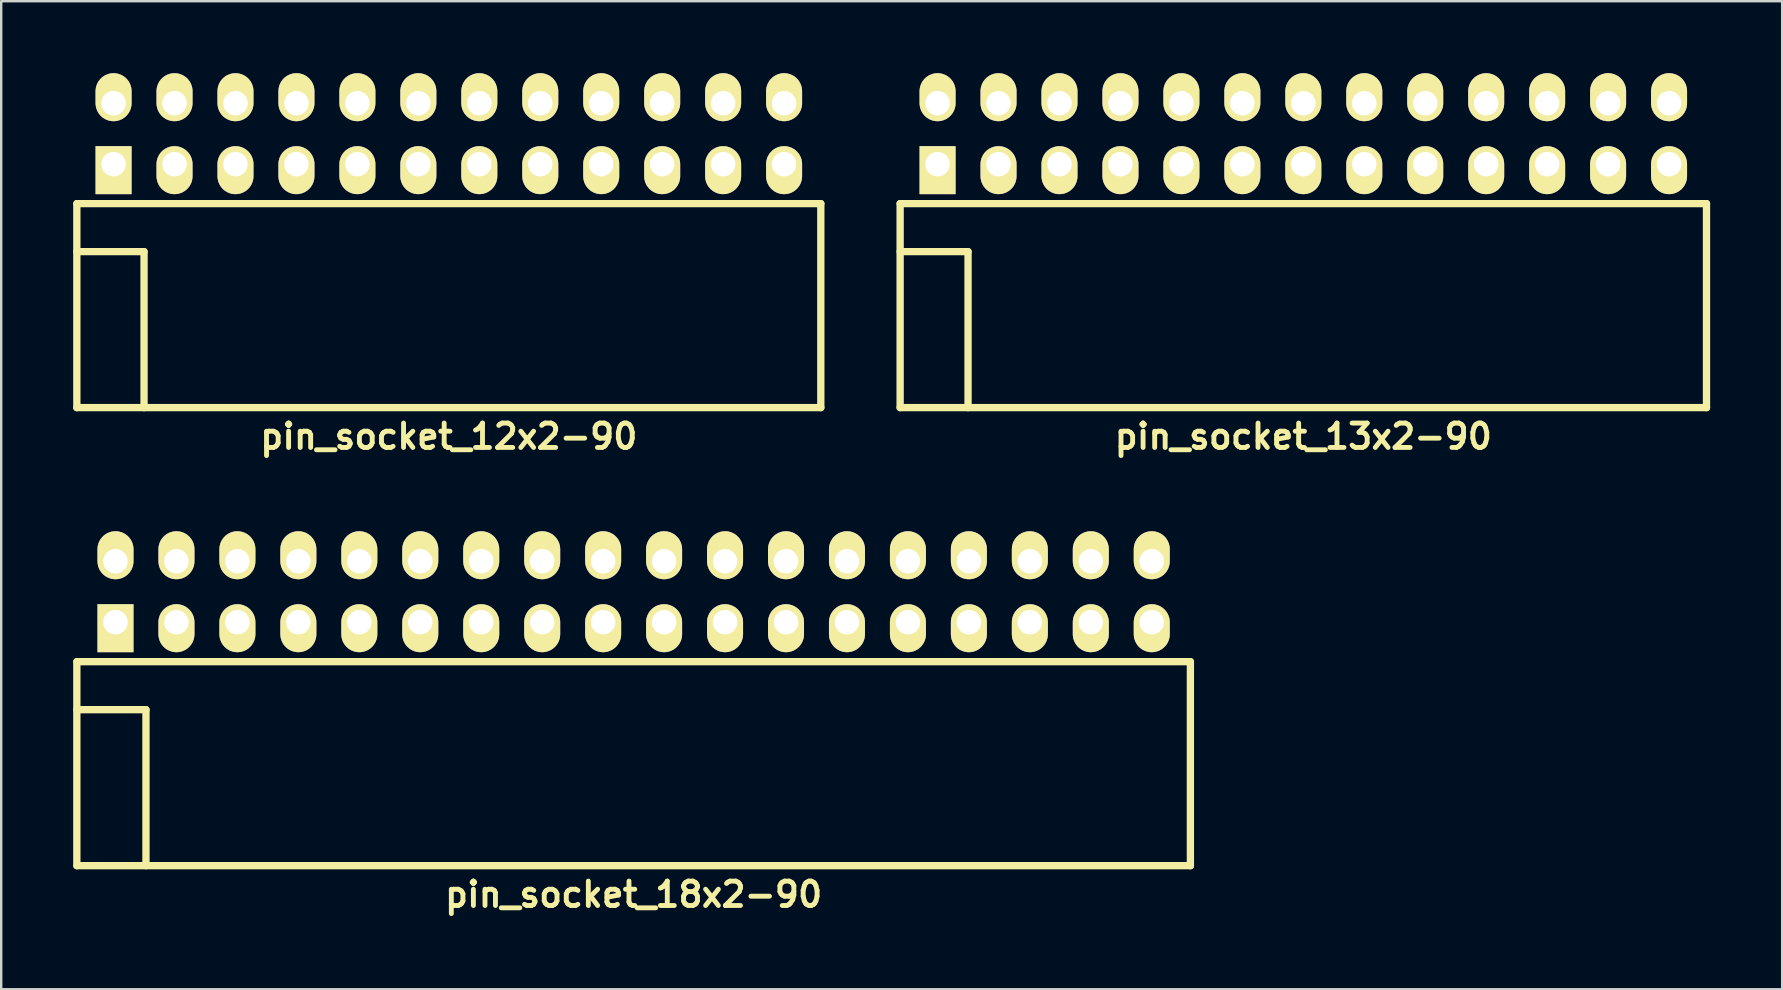
<source format=kicad_pcb>
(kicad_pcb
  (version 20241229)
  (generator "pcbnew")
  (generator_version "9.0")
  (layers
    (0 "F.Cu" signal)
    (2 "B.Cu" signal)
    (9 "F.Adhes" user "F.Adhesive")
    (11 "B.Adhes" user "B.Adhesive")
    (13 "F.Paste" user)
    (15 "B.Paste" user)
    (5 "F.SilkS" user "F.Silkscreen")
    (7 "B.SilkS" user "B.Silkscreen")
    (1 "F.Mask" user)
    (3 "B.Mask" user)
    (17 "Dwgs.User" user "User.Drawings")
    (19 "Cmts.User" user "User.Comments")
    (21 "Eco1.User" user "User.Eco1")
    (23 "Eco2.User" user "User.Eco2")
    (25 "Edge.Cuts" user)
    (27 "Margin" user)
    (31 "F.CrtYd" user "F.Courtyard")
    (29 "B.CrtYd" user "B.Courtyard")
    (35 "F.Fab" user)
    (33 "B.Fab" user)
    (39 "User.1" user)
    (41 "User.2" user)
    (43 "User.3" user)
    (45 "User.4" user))
  (footprint "pin_socket_18x2-90"
    (layer "F.Cu")
    (at 23.352 26.521)
    (property "Reference" "pin_socket_18x2-90" (at 0 7.7 0) (layer "F.SilkS") (effects (font (size 1.016 1.016) (thickness 0.203))))
    (attr through_hole)
    (fp_line (start -23.2 -2) (end -23.2 6.5) (stroke (width 0.305) (type solid)) (layer "F.SilkS"))
    (fp_line (start -23.2 -2) (end 23.2 -2) (stroke (width 0.305) (type solid)) (layer "F.SilkS"))
    (fp_line (start -23.2 0) (end -20.32 0) (stroke (width 0.305) (type solid)) (layer "F.SilkS"))
    (fp_line (start -23.2 6.5) (end 23.2 6.5) (stroke (width 0.305) (type solid)) (layer "F.SilkS"))
    (fp_line (start -20.32 0) (end -20.32 6.5) (stroke (width 0.305) (type solid)) (layer "F.SilkS"))
    (fp_line (start 23.2 -2) (end 23.2 6.5) (stroke (width 0.305) (type solid)) (layer "F.SilkS"))
    (pad "1" thru_hole rect (at -21.59 -3.645) (size 1.5 2) (drill 1.02 (offset 0 0.25)) (layers "*.Cu" "*.Mask" "F.SilkS"))
    (pad "2" thru_hole oval (at -21.59 -6.185) (size 1.5 2) (drill 1.02 (offset 0 -0.25)) (layers "*.Cu" "*.Mask" "F.SilkS"))
    (pad "3" thru_hole oval (at -19.05 -3.645) (size 1.5 2) (drill 1.02 (offset 0 0.25)) (layers "*.Cu" "*.Mask" "F.SilkS"))
    (pad "4" thru_hole oval (at -19.05 -6.185) (size 1.5 2) (drill 1.02 (offset 0 -0.25)) (layers "*.Cu" "*.Mask" "F.SilkS"))
    (pad "5" thru_hole oval (at -16.51 -3.645) (size 1.5 2) (drill 1.02 (offset 0 0.25)) (layers "*.Cu" "*.Mask" "F.SilkS"))
    (pad "6" thru_hole oval (at -16.51 -6.185) (size 1.5 2) (drill 1.02 (offset 0 -0.25)) (layers "*.Cu" "*.Mask" "F.SilkS"))
    (pad "7" thru_hole oval (at -13.97 -3.645) (size 1.5 2) (drill 1.02 (offset 0 0.25)) (layers "*.Cu" "*.Mask" "F.SilkS"))
    (pad "8" thru_hole oval (at -13.97 -6.185) (size 1.5 2) (drill 1.02 (offset 0 -0.25)) (layers "*.Cu" "*.Mask" "F.SilkS"))
    (pad "9" thru_hole oval (at -11.43 -3.645) (size 1.5 2) (drill 1.02 (offset 0 0.25)) (layers "*.Cu" "*.Mask" "F.SilkS"))
    (pad "10" thru_hole oval (at -11.43 -6.185) (size 1.5 2) (drill 1.02 (offset 0 -0.25)) (layers "*.Cu" "*.Mask" "F.SilkS"))
    (pad "11" thru_hole oval (at -8.89 -3.645) (size 1.5 2) (drill 1.02 (offset 0 0.25)) (layers "*.Cu" "*.Mask" "F.SilkS"))
    (pad "12" thru_hole oval (at -8.89 -6.185) (size 1.5 2) (drill 1.02 (offset 0 -0.25)) (layers "*.Cu" "*.Mask" "F.SilkS"))
    (pad "13" thru_hole oval (at -6.35 -3.645) (size 1.5 2) (drill 1.02 (offset 0 0.25)) (layers "*.Cu" "*.Mask" "F.SilkS"))
    (pad "14" thru_hole oval (at -6.35 -6.185) (size 1.5 2) (drill 1.02 (offset 0 -0.25)) (layers "*.Cu" "*.Mask" "F.SilkS"))
    (pad "15" thru_hole oval (at -3.81 -3.645) (size 1.5 2) (drill 1.02 (offset 0 0.25)) (layers "*.Cu" "*.Mask" "F.SilkS"))
    (pad "16" thru_hole oval (at -3.81 -6.185) (size 1.5 2) (drill 1.02 (offset 0 -0.25)) (layers "*.Cu" "*.Mask" "F.SilkS"))
    (pad "17" thru_hole oval (at -1.27 -3.645) (size 1.5 2) (drill 1.02 (offset 0 0.25)) (layers "*.Cu" "*.Mask" "F.SilkS"))
    (pad "18" thru_hole oval (at -1.27 -6.185) (size 1.5 2) (drill 1.02 (offset 0 -0.25)) (layers "*.Cu" "*.Mask" "F.SilkS"))
    (pad "19" thru_hole oval (at 1.27 -3.645) (size 1.5 2) (drill 1.02 (offset 0 0.25)) (layers "*.Cu" "*.Mask" "F.SilkS"))
    (pad "20" thru_hole oval (at 1.27 -6.185) (size 1.5 2) (drill 1.02 (offset 0 -0.25)) (layers "*.Cu" "*.Mask" "F.SilkS"))
    (pad "21" thru_hole oval (at 3.81 -3.645) (size 1.5 2) (drill 1.02 (offset 0 0.25)) (layers "*.Cu" "*.Mask" "F.SilkS"))
    (pad "22" thru_hole oval (at 3.81 -6.185) (size 1.5 2) (drill 1.02 (offset 0 -0.25)) (layers "*.Cu" "*.Mask" "F.SilkS"))
    (pad "23" thru_hole oval (at 6.35 -3.645) (size 1.5 2) (drill 1.02 (offset 0 0.25)) (layers "*.Cu" "*.Mask" "F.SilkS"))
    (pad "24" thru_hole oval (at 6.35 -6.185) (size 1.5 2) (drill 1.02 (offset 0 -0.25)) (layers "*.Cu" "*.Mask" "F.SilkS"))
    (pad "25" thru_hole oval (at 8.89 -3.645) (size 1.5 2) (drill 1.02 (offset 0 0.25)) (layers "*.Cu" "*.Mask" "F.SilkS"))
    (pad "26" thru_hole oval (at 8.89 -6.185) (size 1.5 2) (drill 1.02 (offset 0 -0.25)) (layers "*.Cu" "*.Mask" "F.SilkS"))
    (pad "27" thru_hole oval (at 11.43 -3.645) (size 1.5 2) (drill 1.02 (offset 0 0.25)) (layers "*.Cu" "*.Mask" "F.SilkS"))
    (pad "28" thru_hole oval (at 11.43 -6.185) (size 1.5 2) (drill 1.02 (offset 0 -0.25)) (layers "*.Cu" "*.Mask" "F.SilkS"))
    (pad "29" thru_hole oval (at 13.97 -3.645) (size 1.5 2) (drill 1.02 (offset 0 0.25)) (layers "*.Cu" "*.Mask" "F.SilkS"))
    (pad "30" thru_hole oval (at 13.97 -6.185) (size 1.5 2) (drill 1.02 (offset 0 -0.25)) (layers "*.Cu" "*.Mask" "F.SilkS"))
    (pad "31" thru_hole oval (at 16.51 -3.645) (size 1.5 2) (drill 1.02 (offset 0 0.25)) (layers "*.Cu" "*.Mask" "F.SilkS"))
    (pad "32" thru_hole oval (at 16.51 -6.185) (size 1.5 2) (drill 1.02 (offset 0 -0.25)) (layers "*.Cu" "*.Mask" "F.SilkS"))
    (pad "33" thru_hole oval (at 19.05 -3.645) (size 1.5 2) (drill 1.02 (offset 0 0.25)) (layers "*.Cu" "*.Mask" "F.SilkS"))
    (pad "34" thru_hole oval (at 19.05 -6.185) (size 1.5 2) (drill 1.02 (offset 0 -0.25)) (layers "*.Cu" "*.Mask" "F.SilkS"))
    (pad "35" thru_hole oval (at 21.59 -3.645) (size 1.5 2) (drill 1.02 (offset 0 0.25)) (layers "*.Cu" "*.Mask" "F.SilkS"))
    (pad "36" thru_hole oval (at 21.59 -6.185) (size 1.5 2) (drill 1.02 (offset 0 -0.25)) (layers "*.Cu" "*.Mask" "F.SilkS")))
  (footprint "pin_socket_13x2-90"
    (layer "F.Cu")
    (at 51.257 7.435)
    (property "Reference" "pin_socket_13x2-90" (at 0 7.7 0) (layer "F.SilkS") (effects (font (size 1.016 1.016) (thickness 0.203))))
    (attr through_hole)
    (fp_line (start -16.8 -2) (end -16.8 6.5) (stroke (width 0.305) (type solid)) (layer "F.SilkS"))
    (fp_line (start -16.8 -2) (end 16.8 -2) (stroke (width 0.305) (type solid)) (layer "F.SilkS"))
    (fp_line (start -16.8 0) (end -13.97 0) (stroke (width 0.305) (type solid)) (layer "F.SilkS"))
    (fp_line (start -16.8 6.5) (end 16.8 6.5) (stroke (width 0.305) (type solid)) (layer "F.SilkS"))
    (fp_line (start -13.97 0) (end -13.97 6.5) (stroke (width 0.305) (type solid)) (layer "F.SilkS"))
    (fp_line (start 16.8 -2) (end 16.8 6.5) (stroke (width 0.305) (type solid)) (layer "F.SilkS"))
    (pad "1" thru_hole rect (at -15.24 -3.645) (size 1.5 2) (drill 1.02 (offset 0 0.25)) (layers "*.Cu" "*.Mask" "F.SilkS"))
    (pad "2" thru_hole oval (at -15.24 -6.185) (size 1.5 2) (drill 1.02 (offset 0 -0.25)) (layers "*.Cu" "*.Mask" "F.SilkS"))
    (pad "3" thru_hole oval (at -12.7 -3.645) (size 1.5 2) (drill 1.02 (offset 0 0.25)) (layers "*.Cu" "*.Mask" "F.SilkS"))
    (pad "4" thru_hole oval (at -12.7 -6.185) (size 1.5 2) (drill 1.02 (offset 0 -0.25)) (layers "*.Cu" "*.Mask" "F.SilkS"))
    (pad "5" thru_hole oval (at -10.16 -3.645) (size 1.5 2) (drill 1.02 (offset 0 0.25)) (layers "*.Cu" "*.Mask" "F.SilkS"))
    (pad "6" thru_hole oval (at -10.16 -6.185) (size 1.5 2) (drill 1.02 (offset 0 -0.25)) (layers "*.Cu" "*.Mask" "F.SilkS"))
    (pad "7" thru_hole oval (at -7.62 -3.645) (size 1.5 2) (drill 1.02 (offset 0 0.25)) (layers "*.Cu" "*.Mask" "F.SilkS"))
    (pad "8" thru_hole oval (at -7.62 -6.185) (size 1.5 2) (drill 1.02 (offset 0 -0.25)) (layers "*.Cu" "*.Mask" "F.SilkS"))
    (pad "9" thru_hole oval (at -5.08 -3.645) (size 1.5 2) (drill 1.02 (offset 0 0.25)) (layers "*.Cu" "*.Mask" "F.SilkS"))
    (pad "10" thru_hole oval (at -5.08 -6.185) (size 1.5 2) (drill 1.02 (offset 0 -0.25)) (layers "*.Cu" "*.Mask" "F.SilkS"))
    (pad "11" thru_hole oval (at -2.54 -3.645) (size 1.5 2) (drill 1.02 (offset 0 0.25)) (layers "*.Cu" "*.Mask" "F.SilkS"))
    (pad "12" thru_hole oval (at -2.54 -6.185) (size 1.5 2) (drill 1.02 (offset 0 -0.25)) (layers "*.Cu" "*.Mask" "F.SilkS"))
    (pad "13" thru_hole oval (at 0 -3.645) (size 1.5 2) (drill 1.02 (offset 0 0.25)) (layers "*.Cu" "*.Mask" "F.SilkS"))
    (pad "14" thru_hole oval (at 0 -6.185) (size 1.5 2) (drill 1.02 (offset 0 -0.25)) (layers "*.Cu" "*.Mask" "F.SilkS"))
    (pad "15" thru_hole oval (at 2.54 -3.645) (size 1.5 2) (drill 1.02 (offset 0 0.25)) (layers "*.Cu" "*.Mask" "F.SilkS"))
    (pad "16" thru_hole oval (at 2.54 -6.185) (size 1.5 2) (drill 1.02 (offset 0 -0.25)) (layers "*.Cu" "*.Mask" "F.SilkS"))
    (pad "17" thru_hole oval (at 5.08 -3.645) (size 1.5 2) (drill 1.02 (offset 0 0.25)) (layers "*.Cu" "*.Mask" "F.SilkS"))
    (pad "18" thru_hole oval (at 5.08 -6.185) (size 1.5 2) (drill 1.02 (offset 0 -0.25)) (layers "*.Cu" "*.Mask" "F.SilkS"))
    (pad "19" thru_hole oval (at 7.62 -3.645) (size 1.5 2) (drill 1.02 (offset 0 0.25)) (layers "*.Cu" "*.Mask" "F.SilkS"))
    (pad "20" thru_hole oval (at 7.62 -6.185) (size 1.5 2) (drill 1.02 (offset 0 -0.25)) (layers "*.Cu" "*.Mask" "F.SilkS"))
    (pad "21" thru_hole oval (at 10.16 -3.645) (size 1.5 2) (drill 1.02 (offset 0 0.25)) (layers "*.Cu" "*.Mask" "F.SilkS"))
    (pad "22" thru_hole oval (at 10.16 -6.185) (size 1.5 2) (drill 1.02 (offset 0 -0.25)) (layers "*.Cu" "*.Mask" "F.SilkS"))
    (pad "23" thru_hole oval (at 12.7 -3.645) (size 1.5 2) (drill 1.02 (offset 0 0.25)) (layers "*.Cu" "*.Mask" "F.SilkS"))
    (pad "24" thru_hole oval (at 12.7 -6.185) (size 1.5 2) (drill 1.02 (offset 0 -0.25)) (layers "*.Cu" "*.Mask" "F.SilkS"))
    (pad "25" thru_hole oval (at 15.24 -3.645) (size 1.5 2) (drill 1.02 (offset 0 0.25)) (layers "*.Cu" "*.Mask" "F.SilkS"))
    (pad "26" thru_hole oval (at 15.24 -6.185) (size 1.5 2) (drill 1.02 (offset 0 -0.25)) (layers "*.Cu" "*.Mask" "F.SilkS")))
  (footprint "pin_socket_12x2-90"
    (layer "F.Cu")
    (at 15.652 7.435)
    (property "Reference" "pin_socket_12x2-90" (at 0 7.7 0) (layer "F.SilkS") (effects (font (size 1.016 1.016) (thickness 0.203))))
    (attr through_hole)
    (fp_line (start -15.5 -2) (end -15.5 6.5) (stroke (width 0.305) (type solid)) (layer "F.SilkS"))
    (fp_line (start -15.5 -2) (end 15.5 -2) (stroke (width 0.305) (type solid)) (layer "F.SilkS"))
    (fp_line (start -15.5 0) (end -12.7 0) (stroke (width 0.305) (type solid)) (layer "F.SilkS"))
    (fp_line (start -15.5 6.5) (end 15.5 6.5) (stroke (width 0.305) (type solid)) (layer "F.SilkS"))
    (fp_line (start -12.7 0) (end -12.7 6.5) (stroke (width 0.305) (type solid)) (layer "F.SilkS"))
    (fp_line (start 15.5 -2) (end 15.5 6.5) (stroke (width 0.305) (type solid)) (layer "F.SilkS"))
    (pad "1" thru_hole rect (at -13.97 -3.645) (size 1.5 2) (drill 1.02 (offset 0 0.25)) (layers "*.Cu" "*.Mask" "F.SilkS"))
    (pad "2" thru_hole oval (at -13.97 -6.185) (size 1.5 2) (drill 1.02 (offset 0 -0.25)) (layers "*.Cu" "*.Mask" "F.SilkS"))
    (pad "3" thru_hole oval (at -11.43 -3.645) (size 1.5 2) (drill 1.02 (offset 0 0.25)) (layers "*.Cu" "*.Mask" "F.SilkS"))
    (pad "4" thru_hole oval (at -11.43 -6.185) (size 1.5 2) (drill 1.02 (offset 0 -0.25)) (layers "*.Cu" "*.Mask" "F.SilkS"))
    (pad "5" thru_hole oval (at -8.89 -3.645) (size 1.5 2) (drill 1.02 (offset 0 0.25)) (layers "*.Cu" "*.Mask" "F.SilkS"))
    (pad "6" thru_hole oval (at -8.89 -6.185) (size 1.5 2) (drill 1.02 (offset 0 -0.25)) (layers "*.Cu" "*.Mask" "F.SilkS"))
    (pad "7" thru_hole oval (at -6.35 -3.645) (size 1.5 2) (drill 1.02 (offset 0 0.25)) (layers "*.Cu" "*.Mask" "F.SilkS"))
    (pad "8" thru_hole oval (at -6.35 -6.185) (size 1.5 2) (drill 1.02 (offset 0 -0.25)) (layers "*.Cu" "*.Mask" "F.SilkS"))
    (pad "9" thru_hole oval (at -3.81 -3.645) (size 1.5 2) (drill 1.02 (offset 0 0.25)) (layers "*.Cu" "*.Mask" "F.SilkS"))
    (pad "10" thru_hole oval (at -3.81 -6.185) (size 1.5 2) (drill 1.02 (offset 0 -0.25)) (layers "*.Cu" "*.Mask" "F.SilkS"))
    (pad "11" thru_hole oval (at -1.27 -3.645) (size 1.5 2) (drill 1.02 (offset 0 0.25)) (layers "*.Cu" "*.Mask" "F.SilkS"))
    (pad "12" thru_hole oval (at -1.27 -6.185) (size 1.5 2) (drill 1.02 (offset 0 -0.25)) (layers "*.Cu" "*.Mask" "F.SilkS"))
    (pad "13" thru_hole oval (at 1.27 -3.645) (size 1.5 2) (drill 1.02 (offset 0 0.25)) (layers "*.Cu" "*.Mask" "F.SilkS"))
    (pad "14" thru_hole oval (at 1.27 -6.185) (size 1.5 2) (drill 1.02 (offset 0 -0.25)) (layers "*.Cu" "*.Mask" "F.SilkS"))
    (pad "15" thru_hole oval (at 3.81 -3.645) (size 1.5 2) (drill 1.02 (offset 0 0.25)) (layers "*.Cu" "*.Mask" "F.SilkS"))
    (pad "16" thru_hole oval (at 3.81 -6.185) (size 1.5 2) (drill 1.02 (offset 0 -0.25)) (layers "*.Cu" "*.Mask" "F.SilkS"))
    (pad "17" thru_hole oval (at 6.35 -3.645) (size 1.5 2) (drill 1.02 (offset 0 0.25)) (layers "*.Cu" "*.Mask" "F.SilkS"))
    (pad "18" thru_hole oval (at 6.35 -6.185) (size 1.5 2) (drill 1.02 (offset 0 -0.25)) (layers "*.Cu" "*.Mask" "F.SilkS"))
    (pad "19" thru_hole oval (at 8.89 -3.645) (size 1.5 2) (drill 1.02 (offset 0 0.25)) (layers "*.Cu" "*.Mask" "F.SilkS"))
    (pad "20" thru_hole oval (at 8.89 -6.185) (size 1.5 2) (drill 1.02 (offset 0 -0.25)) (layers "*.Cu" "*.Mask" "F.SilkS"))
    (pad "21" thru_hole oval (at 11.43 -3.645) (size 1.5 2) (drill 1.02 (offset 0 0.25)) (layers "*.Cu" "*.Mask" "F.SilkS"))
    (pad "22" thru_hole oval (at 11.43 -6.185) (size 1.5 2) (drill 1.02 (offset 0 -0.25)) (layers "*.Cu" "*.Mask" "F.SilkS"))
    (pad "23" thru_hole oval (at 13.97 -3.645) (size 1.5 2) (drill 1.02 (offset 0 0.25)) (layers "*.Cu" "*.Mask" "F.SilkS"))
    (pad "24" thru_hole oval (at 13.97 -6.185) (size 1.5 2) (drill 1.02 (offset 0 -0.25)) (layers "*.Cu" "*.Mask" "F.SilkS")))
  (gr_rect
    (start -3 -3)
    (end 71.21 38.172)
    (stroke (width 0.1) (type default))
    (fill no)
    (layer "Edge.Cuts")))
</source>
